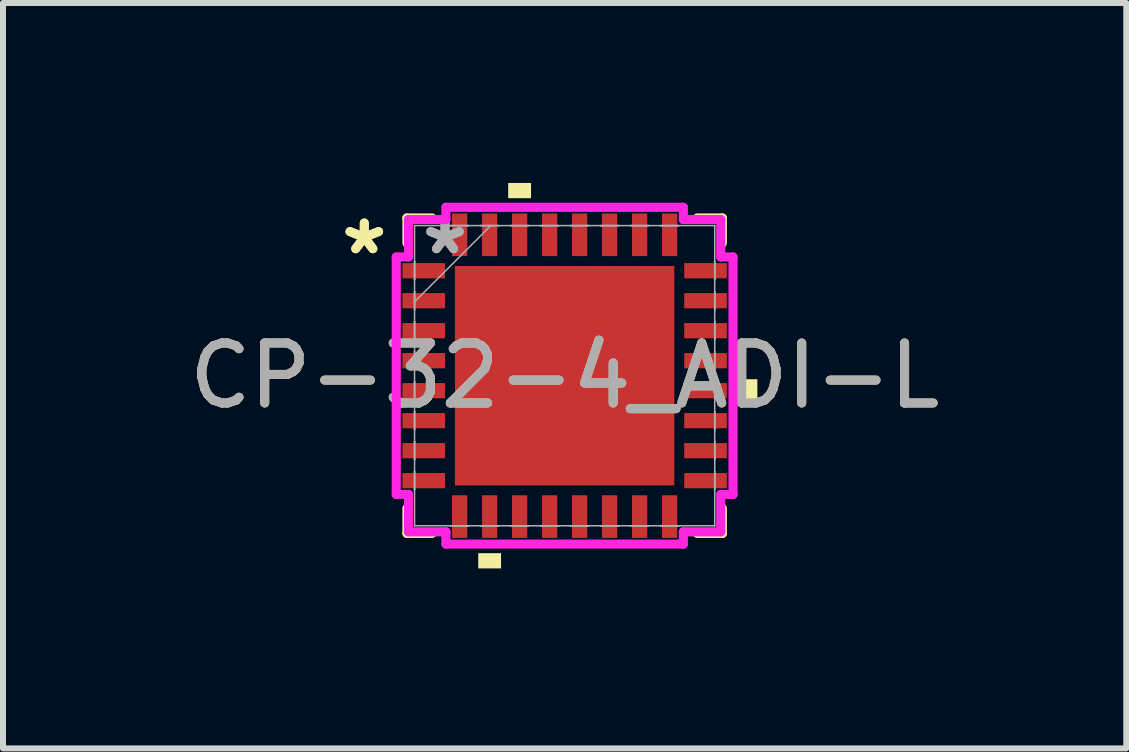
<source format=kicad_pcb>
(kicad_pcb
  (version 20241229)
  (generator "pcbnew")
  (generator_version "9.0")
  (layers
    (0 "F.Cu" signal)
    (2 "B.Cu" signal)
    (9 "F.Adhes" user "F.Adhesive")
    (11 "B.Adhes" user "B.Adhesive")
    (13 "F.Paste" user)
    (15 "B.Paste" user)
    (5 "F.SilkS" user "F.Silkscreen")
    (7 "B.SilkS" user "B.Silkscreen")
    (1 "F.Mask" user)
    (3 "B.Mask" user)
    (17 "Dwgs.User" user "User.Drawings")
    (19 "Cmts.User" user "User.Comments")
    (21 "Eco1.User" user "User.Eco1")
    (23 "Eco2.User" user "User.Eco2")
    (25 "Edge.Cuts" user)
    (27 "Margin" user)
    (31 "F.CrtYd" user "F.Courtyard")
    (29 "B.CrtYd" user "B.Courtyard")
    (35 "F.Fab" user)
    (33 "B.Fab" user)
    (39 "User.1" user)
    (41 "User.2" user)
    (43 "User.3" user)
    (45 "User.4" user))
  (footprint "CP-32-4_ADI-L"
    (layer "F.Cu")
    (at 6.363 3.213)
    (property "Reference" "CP-32-4_ADI-L" (at 0 0 0) (unlocked yes) (layer "F.SilkS") (effects (font (size 1 1) (thickness 0.15))))
    (attr smd)
    (fp_line (start -2.629 -2.629) (end -2.629 -2.21) (stroke (width 0.152) (type solid)) (layer "F.SilkS"))
    (fp_line (start -2.629 2.21) (end -2.629 2.629) (stroke (width 0.152) (type solid)) (layer "F.SilkS"))
    (fp_line (start -2.629 2.629) (end -2.21 2.629) (stroke (width 0.152) (type solid)) (layer "F.SilkS"))
    (fp_line (start -2.21 -2.629) (end -2.629 -2.629) (stroke (width 0.152) (type solid)) (layer "F.SilkS"))
    (fp_line (start 2.21 2.629) (end 2.629 2.629) (stroke (width 0.152) (type solid)) (layer "F.SilkS"))
    (fp_line (start 2.629 -2.629) (end 2.21 -2.629) (stroke (width 0.152) (type solid)) (layer "F.SilkS"))
    (fp_line (start 2.629 -2.21) (end 2.629 -2.629) (stroke (width 0.152) (type solid)) (layer "F.SilkS"))
    (fp_line (start 2.629 2.629) (end 2.629 2.21) (stroke (width 0.152) (type solid)) (layer "F.SilkS"))
    (fp_poly (pts (xy -1.44 2.959) (xy -1.44 3.213) (xy -1.06 3.213) (xy -1.06 2.959)) (stroke (width 0) (type solid)) (fill yes) (layer "F.SilkS"))
    (fp_poly (pts (xy -0.941 -2.959) (xy -0.941 -3.213) (xy -0.56 -3.213) (xy -0.56 -2.959)) (stroke (width 0) (type solid)) (fill yes) (layer "F.SilkS"))
    (fp_poly (pts (xy 3.213 0.059) (xy 3.213 0.441) (xy 2.959 0.441) (xy 2.959 0.059)) (stroke (width 0) (type solid)) (fill yes) (layer "F.SilkS"))
    (fp_poly (pts (xy -1.729 -1.729) (xy -1.729 -0.1) (xy -0.1 -0.1) (xy -0.1 -1.729)) (stroke (width 0) (type solid)) (fill yes) (layer "F.Paste"))
    (fp_poly (pts (xy -1.729 0.1) (xy -1.729 1.729) (xy -0.1 1.729) (xy -0.1 0.1)) (stroke (width 0) (type solid)) (fill yes) (layer "F.Paste"))
    (fp_poly (pts (xy 0.1 -1.729) (xy 0.1 -0.1) (xy 1.729 -0.1) (xy 1.729 -1.729)) (stroke (width 0) (type solid)) (fill yes) (layer "F.Paste"))
    (fp_poly (pts (xy 0.1 0.1) (xy 0.1 1.729) (xy 1.729 1.729) (xy 1.729 0.1)) (stroke (width 0) (type solid)) (fill yes) (layer "F.Paste"))
    (fp_line (start -2.807 -1.979) (end -2.603 -1.979) (stroke (width 0.152) (type solid)) (layer "F.CrtYd"))
    (fp_line (start -2.807 1.979) (end -2.807 -1.979) (stroke (width 0.152) (type solid)) (layer "F.CrtYd"))
    (fp_line (start -2.603 -2.603) (end -1.979 -2.603) (stroke (width 0.152) (type solid)) (layer "F.CrtYd"))
    (fp_line (start -2.603 -1.979) (end -2.603 -2.603) (stroke (width 0.152) (type solid)) (layer "F.CrtYd"))
    (fp_line (start -2.603 1.979) (end -2.807 1.979) (stroke (width 0.152) (type solid)) (layer "F.CrtYd"))
    (fp_line (start -2.603 2.603) (end -2.603 1.979) (stroke (width 0.152) (type solid)) (layer "F.CrtYd"))
    (fp_line (start -1.979 -2.807) (end 1.979 -2.807) (stroke (width 0.152) (type solid)) (layer "F.CrtYd"))
    (fp_line (start -1.979 -2.603) (end -1.979 -2.807) (stroke (width 0.152) (type solid)) (layer "F.CrtYd"))
    (fp_line (start -1.979 2.603) (end -2.603 2.603) (stroke (width 0.152) (type solid)) (layer "F.CrtYd"))
    (fp_line (start -1.979 2.807) (end -1.979 2.603) (stroke (width 0.152) (type solid)) (layer "F.CrtYd"))
    (fp_line (start 1.979 -2.807) (end 1.979 -2.603) (stroke (width 0.152) (type solid)) (layer "F.CrtYd"))
    (fp_line (start 1.979 -2.603) (end 2.603 -2.603) (stroke (width 0.152) (type solid)) (layer "F.CrtYd"))
    (fp_line (start 1.979 2.603) (end 1.979 2.807) (stroke (width 0.152) (type solid)) (layer "F.CrtYd"))
    (fp_line (start 1.979 2.807) (end -1.979 2.807) (stroke (width 0.152) (type solid)) (layer "F.CrtYd"))
    (fp_line (start 2.603 -2.603) (end 2.603 -1.979) (stroke (width 0.152) (type solid)) (layer "F.CrtYd"))
    (fp_line (start 2.603 -1.979) (end 2.807 -1.979) (stroke (width 0.152) (type solid)) (layer "F.CrtYd"))
    (fp_line (start 2.603 1.979) (end 2.603 2.603) (stroke (width 0.152) (type solid)) (layer "F.CrtYd"))
    (fp_line (start 2.603 2.603) (end 1.979 2.603) (stroke (width 0.152) (type solid)) (layer "F.CrtYd"))
    (fp_line (start 2.807 -1.979) (end 2.807 1.979) (stroke (width 0.152) (type solid)) (layer "F.CrtYd"))
    (fp_line (start 2.807 1.979) (end 2.603 1.979) (stroke (width 0.152) (type solid)) (layer "F.CrtYd"))
    (fp_line (start -2.502 -2.502) (end -2.502 -2.502) (stroke (width 0.025) (type solid)) (layer "F.Fab"))
    (fp_line (start -2.502 -2.502) (end -2.502 2.502) (stroke (width 0.025) (type solid)) (layer "F.Fab"))
    (fp_line (start -2.502 -1.902) (end -2.502 -1.902) (stroke (width 0.025) (type solid)) (layer "F.Fab"))
    (fp_line (start -2.502 -1.902) (end -2.502 -1.598) (stroke (width 0.025) (type solid)) (layer "F.Fab"))
    (fp_line (start -2.502 -1.598) (end -2.502 -1.902) (stroke (width 0.025) (type solid)) (layer "F.Fab"))
    (fp_line (start -2.502 -1.598) (end -2.502 -1.598) (stroke (width 0.025) (type solid)) (layer "F.Fab"))
    (fp_line (start -2.502 -1.402) (end -2.502 -1.402) (stroke (width 0.025) (type solid)) (layer "F.Fab"))
    (fp_line (start -2.502 -1.402) (end -2.502 -1.098) (stroke (width 0.025) (type solid)) (layer "F.Fab"))
    (fp_line (start -2.502 -1.232) (end -1.232 -2.502) (stroke (width 0.025) (type solid)) (layer "F.Fab"))
    (fp_line (start -2.502 -1.098) (end -2.502 -1.402) (stroke (width 0.025) (type solid)) (layer "F.Fab"))
    (fp_line (start -2.502 -1.098) (end -2.502 -1.098) (stroke (width 0.025) (type solid)) (layer "F.Fab"))
    (fp_line (start -2.502 -0.902) (end -2.502 -0.902) (stroke (width 0.025) (type solid)) (layer "F.Fab"))
    (fp_line (start -2.502 -0.902) (end -2.502 -0.598) (stroke (width 0.025) (type solid)) (layer "F.Fab"))
    (fp_line (start -2.502 -0.598) (end -2.502 -0.902) (stroke (width 0.025) (type solid)) (layer "F.Fab"))
    (fp_line (start -2.502 -0.598) (end -2.502 -0.598) (stroke (width 0.025) (type solid)) (layer "F.Fab"))
    (fp_line (start -2.502 -0.402) (end -2.502 -0.402) (stroke (width 0.025) (type solid)) (layer "F.Fab"))
    (fp_line (start -2.502 -0.402) (end -2.502 -0.098) (stroke (width 0.025) (type solid)) (layer "F.Fab"))
    (fp_line (start -2.502 -0.098) (end -2.502 -0.402) (stroke (width 0.025) (type solid)) (layer "F.Fab"))
    (fp_line (start -2.502 -0.098) (end -2.502 -0.098) (stroke (width 0.025) (type solid)) (layer "F.Fab"))
    (fp_line (start -2.502 0.098) (end -2.502 0.098) (stroke (width 0.025) (type solid)) (layer "F.Fab"))
    (fp_line (start -2.502 0.098) (end -2.502 0.402) (stroke (width 0.025) (type solid)) (layer "F.Fab"))
    (fp_line (start -2.502 0.402) (end -2.502 0.098) (stroke (width 0.025) (type solid)) (layer "F.Fab"))
    (fp_line (start -2.502 0.402) (end -2.502 0.402) (stroke (width 0.025) (type solid)) (layer "F.Fab"))
    (fp_line (start -2.502 0.598) (end -2.502 0.598) (stroke (width 0.025) (type solid)) (layer "F.Fab"))
    (fp_line (start -2.502 0.598) (end -2.502 0.902) (stroke (width 0.025) (type solid)) (layer "F.Fab"))
    (fp_line (start -2.502 0.902) (end -2.502 0.598) (stroke (width 0.025) (type solid)) (layer "F.Fab"))
    (fp_line (start -2.502 0.902) (end -2.502 0.902) (stroke (width 0.025) (type solid)) (layer "F.Fab"))
    (fp_line (start -2.502 1.098) (end -2.502 1.098) (stroke (width 0.025) (type solid)) (layer "F.Fab"))
    (fp_line (start -2.502 1.098) (end -2.502 1.402) (stroke (width 0.025) (type solid)) (layer "F.Fab"))
    (fp_line (start -2.502 1.402) (end -2.502 1.098) (stroke (width 0.025) (type solid)) (layer "F.Fab"))
    (fp_line (start -2.502 1.402) (end -2.502 1.402) (stroke (width 0.025) (type solid)) (layer "F.Fab"))
    (fp_line (start -2.502 1.598) (end -2.502 1.598) (stroke (width 0.025) (type solid)) (layer "F.Fab"))
    (fp_line (start -2.502 1.598) (end -2.502 1.902) (stroke (width 0.025) (type solid)) (layer "F.Fab"))
    (fp_line (start -2.502 1.902) (end -2.502 1.598) (stroke (width 0.025) (type solid)) (layer "F.Fab"))
    (fp_line (start -2.502 1.902) (end -2.502 1.902) (stroke (width 0.025) (type solid)) (layer "F.Fab"))
    (fp_line (start -2.502 2.502) (end -2.502 2.502) (stroke (width 0.025) (type solid)) (layer "F.Fab"))
    (fp_line (start -2.502 2.502) (end 2.502 2.502) (stroke (width 0.025) (type solid)) (layer "F.Fab"))
    (fp_line (start -1.902 -2.502) (end -1.902 -2.502) (stroke (width 0.025) (type solid)) (layer "F.Fab"))
    (fp_line (start -1.902 -2.502) (end -1.598 -2.502) (stroke (width 0.025) (type solid)) (layer "F.Fab"))
    (fp_line (start -1.902 2.502) (end -1.902 2.502) (stroke (width 0.025) (type solid)) (layer "F.Fab"))
    (fp_line (start -1.902 2.502) (end -1.598 2.502) (stroke (width 0.025) (type solid)) (layer "F.Fab"))
    (fp_line (start -1.598 -2.502) (end -1.902 -2.502) (stroke (width 0.025) (type solid)) (layer "F.Fab"))
    (fp_line (start -1.598 -2.502) (end -1.598 -2.502) (stroke (width 0.025) (type solid)) (layer "F.Fab"))
    (fp_line (start -1.598 2.502) (end -1.902 2.502) (stroke (width 0.025) (type solid)) (layer "F.Fab"))
    (fp_line (start -1.598 2.502) (end -1.598 2.502) (stroke (width 0.025) (type solid)) (layer "F.Fab"))
    (fp_line (start -1.402 -2.502) (end -1.402 -2.502) (stroke (width 0.025) (type solid)) (layer "F.Fab"))
    (fp_line (start -1.402 -2.502) (end -1.098 -2.502) (stroke (width 0.025) (type solid)) (layer "F.Fab"))
    (fp_line (start -1.402 2.502) (end -1.402 2.502) (stroke (width 0.025) (type solid)) (layer "F.Fab"))
    (fp_line (start -1.402 2.502) (end -1.098 2.502) (stroke (width 0.025) (type solid)) (layer "F.Fab"))
    (fp_line (start -1.098 -2.502) (end -1.402 -2.502) (stroke (width 0.025) (type solid)) (layer "F.Fab"))
    (fp_line (start -1.098 -2.502) (end -1.098 -2.502) (stroke (width 0.025) (type solid)) (layer "F.Fab"))
    (fp_line (start -1.098 2.502) (end -1.402 2.502) (stroke (width 0.025) (type solid)) (layer "F.Fab"))
    (fp_line (start -1.098 2.502) (end -1.098 2.502) (stroke (width 0.025) (type solid)) (layer "F.Fab"))
    (fp_line (start -0.902 -2.502) (end -0.902 -2.502) (stroke (width 0.025) (type solid)) (layer "F.Fab"))
    (fp_line (start -0.902 -2.502) (end -0.598 -2.502) (stroke (width 0.025) (type solid)) (layer "F.Fab"))
    (fp_line (start -0.902 2.502) (end -0.902 2.502) (stroke (width 0.025) (type solid)) (layer "F.Fab"))
    (fp_line (start -0.902 2.502) (end -0.598 2.502) (stroke (width 0.025) (type solid)) (layer "F.Fab"))
    (fp_line (start -0.598 -2.502) (end -0.902 -2.502) (stroke (width 0.025) (type solid)) (layer "F.Fab"))
    (fp_line (start -0.598 -2.502) (end -0.598 -2.502) (stroke (width 0.025) (type solid)) (layer "F.Fab"))
    (fp_line (start -0.598 2.502) (end -0.902 2.502) (stroke (width 0.025) (type solid)) (layer "F.Fab"))
    (fp_line (start -0.598 2.502) (end -0.598 2.502) (stroke (width 0.025) (type solid)) (layer "F.Fab"))
    (fp_line (start -0.402 -2.502) (end -0.402 -2.502) (stroke (width 0.025) (type solid)) (layer "F.Fab"))
    (fp_line (start -0.402 -2.502) (end -0.098 -2.502) (stroke (width 0.025) (type solid)) (layer "F.Fab"))
    (fp_line (start -0.402 2.502) (end -0.402 2.502) (stroke (width 0.025) (type solid)) (layer "F.Fab"))
    (fp_line (start -0.402 2.502) (end -0.098 2.502) (stroke (width 0.025) (type solid)) (layer "F.Fab"))
    (fp_line (start -0.098 -2.502) (end -0.402 -2.502) (stroke (width 0.025) (type solid)) (layer "F.Fab"))
    (fp_line (start -0.098 -2.502) (end -0.098 -2.502) (stroke (width 0.025) (type solid)) (layer "F.Fab"))
    (fp_line (start -0.098 2.502) (end -0.402 2.502) (stroke (width 0.025) (type solid)) (layer "F.Fab"))
    (fp_line (start -0.098 2.502) (end -0.098 2.502) (stroke (width 0.025) (type solid)) (layer "F.Fab"))
    (fp_line (start 0.098 -2.502) (end 0.098 -2.502) (stroke (width 0.025) (type solid)) (layer "F.Fab"))
    (fp_line (start 0.098 -2.502) (end 0.402 -2.502) (stroke (width 0.025) (type solid)) (layer "F.Fab"))
    (fp_line (start 0.098 2.502) (end 0.098 2.502) (stroke (width 0.025) (type solid)) (layer "F.Fab"))
    (fp_line (start 0.098 2.502) (end 0.402 2.502) (stroke (width 0.025) (type solid)) (layer "F.Fab"))
    (fp_line (start 0.402 -2.502) (end 0.098 -2.502) (stroke (width 0.025) (type solid)) (layer "F.Fab"))
    (fp_line (start 0.402 -2.502) (end 0.402 -2.502) (stroke (width 0.025) (type solid)) (layer "F.Fab"))
    (fp_line (start 0.402 2.502) (end 0.098 2.502) (stroke (width 0.025) (type solid)) (layer "F.Fab"))
    (fp_line (start 0.402 2.502) (end 0.402 2.502) (stroke (width 0.025) (type solid)) (layer "F.Fab"))
    (fp_line (start 0.598 -2.502) (end 0.598 -2.502) (stroke (width 0.025) (type solid)) (layer "F.Fab"))
    (fp_line (start 0.598 -2.502) (end 0.902 -2.502) (stroke (width 0.025) (type solid)) (layer "F.Fab"))
    (fp_line (start 0.598 2.502) (end 0.598 2.502) (stroke (width 0.025) (type solid)) (layer "F.Fab"))
    (fp_line (start 0.598 2.502) (end 0.902 2.502) (stroke (width 0.025) (type solid)) (layer "F.Fab"))
    (fp_line (start 0.902 -2.502) (end 0.598 -2.502) (stroke (width 0.025) (type solid)) (layer "F.Fab"))
    (fp_line (start 0.902 -2.502) (end 0.902 -2.502) (stroke (width 0.025) (type solid)) (layer "F.Fab"))
    (fp_line (start 0.902 2.502) (end 0.598 2.502) (stroke (width 0.025) (type solid)) (layer "F.Fab"))
    (fp_line (start 0.902 2.502) (end 0.902 2.502) (stroke (width 0.025) (type solid)) (layer "F.Fab"))
    (fp_line (start 1.098 -2.502) (end 1.098 -2.502) (stroke (width 0.025) (type solid)) (layer "F.Fab"))
    (fp_line (start 1.098 -2.502) (end 1.402 -2.502) (stroke (width 0.025) (type solid)) (layer "F.Fab"))
    (fp_line (start 1.098 2.502) (end 1.098 2.502) (stroke (width 0.025) (type solid)) (layer "F.Fab"))
    (fp_line (start 1.098 2.502) (end 1.402 2.502) (stroke (width 0.025) (type solid)) (layer "F.Fab"))
    (fp_line (start 1.402 -2.502) (end 1.098 -2.502) (stroke (width 0.025) (type solid)) (layer "F.Fab"))
    (fp_line (start 1.402 -2.502) (end 1.402 -2.502) (stroke (width 0.025) (type solid)) (layer "F.Fab"))
    (fp_line (start 1.402 2.502) (end 1.098 2.502) (stroke (width 0.025) (type solid)) (layer "F.Fab"))
    (fp_line (start 1.402 2.502) (end 1.402 2.502) (stroke (width 0.025) (type solid)) (layer "F.Fab"))
    (fp_line (start 1.598 -2.502) (end 1.598 -2.502) (stroke (width 0.025) (type solid)) (layer "F.Fab"))
    (fp_line (start 1.598 -2.502) (end 1.902 -2.502) (stroke (width 0.025) (type solid)) (layer "F.Fab"))
    (fp_line (start 1.598 2.502) (end 1.598 2.502) (stroke (width 0.025) (type solid)) (layer "F.Fab"))
    (fp_line (start 1.598 2.502) (end 1.902 2.502) (stroke (width 0.025) (type solid)) (layer "F.Fab"))
    (fp_line (start 1.902 -2.502) (end 1.598 -2.502) (stroke (width 0.025) (type solid)) (layer "F.Fab"))
    (fp_line (start 1.902 -2.502) (end 1.902 -2.502) (stroke (width 0.025) (type solid)) (layer "F.Fab"))
    (fp_line (start 1.902 2.502) (end 1.598 2.502) (stroke (width 0.025) (type solid)) (layer "F.Fab"))
    (fp_line (start 1.902 2.502) (end 1.902 2.502) (stroke (width 0.025) (type solid)) (layer "F.Fab"))
    (fp_line (start 2.502 -2.502) (end -2.502 -2.502) (stroke (width 0.025) (type solid)) (layer "F.Fab"))
    (fp_line (start 2.502 -2.502) (end 2.502 -2.502) (stroke (width 0.025) (type solid)) (layer "F.Fab"))
    (fp_line (start 2.502 -1.902) (end 2.502 -1.902) (stroke (width 0.025) (type solid)) (layer "F.Fab"))
    (fp_line (start 2.502 -1.902) (end 2.502 -1.598) (stroke (width 0.025) (type solid)) (layer "F.Fab"))
    (fp_line (start 2.502 -1.598) (end 2.502 -1.902) (stroke (width 0.025) (type solid)) (layer "F.Fab"))
    (fp_line (start 2.502 -1.598) (end 2.502 -1.598) (stroke (width 0.025) (type solid)) (layer "F.Fab"))
    (fp_line (start 2.502 -1.402) (end 2.502 -1.402) (stroke (width 0.025) (type solid)) (layer "F.Fab"))
    (fp_line (start 2.502 -1.402) (end 2.502 -1.098) (stroke (width 0.025) (type solid)) (layer "F.Fab"))
    (fp_line (start 2.502 -1.098) (end 2.502 -1.402) (stroke (width 0.025) (type solid)) (layer "F.Fab"))
    (fp_line (start 2.502 -1.098) (end 2.502 -1.098) (stroke (width 0.025) (type solid)) (layer "F.Fab"))
    (fp_line (start 2.502 -0.902) (end 2.502 -0.902) (stroke (width 0.025) (type solid)) (layer "F.Fab"))
    (fp_line (start 2.502 -0.902) (end 2.502 -0.598) (stroke (width 0.025) (type solid)) (layer "F.Fab"))
    (fp_line (start 2.502 -0.598) (end 2.502 -0.902) (stroke (width 0.025) (type solid)) (layer "F.Fab"))
    (fp_line (start 2.502 -0.598) (end 2.502 -0.598) (stroke (width 0.025) (type solid)) (layer "F.Fab"))
    (fp_line (start 2.502 -0.402) (end 2.502 -0.402) (stroke (width 0.025) (type solid)) (layer "F.Fab"))
    (fp_line (start 2.502 -0.402) (end 2.502 -0.098) (stroke (width 0.025) (type solid)) (layer "F.Fab"))
    (fp_line (start 2.502 -0.098) (end 2.502 -0.402) (stroke (width 0.025) (type solid)) (layer "F.Fab"))
    (fp_line (start 2.502 -0.098) (end 2.502 -0.098) (stroke (width 0.025) (type solid)) (layer "F.Fab"))
    (fp_line (start 2.502 0.098) (end 2.502 0.098) (stroke (width 0.025) (type solid)) (layer "F.Fab"))
    (fp_line (start 2.502 0.098) (end 2.502 0.402) (stroke (width 0.025) (type solid)) (layer "F.Fab"))
    (fp_line (start 2.502 0.402) (end 2.502 0.098) (stroke (width 0.025) (type solid)) (layer "F.Fab"))
    (fp_line (start 2.502 0.402) (end 2.502 0.402) (stroke (width 0.025) (type solid)) (layer "F.Fab"))
    (fp_line (start 2.502 0.598) (end 2.502 0.598) (stroke (width 0.025) (type solid)) (layer "F.Fab"))
    (fp_line (start 2.502 0.598) (end 2.502 0.902) (stroke (width 0.025) (type solid)) (layer "F.Fab"))
    (fp_line (start 2.502 0.902) (end 2.502 0.598) (stroke (width 0.025) (type solid)) (layer "F.Fab"))
    (fp_line (start 2.502 0.902) (end 2.502 0.902) (stroke (width 0.025) (type solid)) (layer "F.Fab"))
    (fp_line (start 2.502 1.098) (end 2.502 1.098) (stroke (width 0.025) (type solid)) (layer "F.Fab"))
    (fp_line (start 2.502 1.098) (end 2.502 1.402) (stroke (width 0.025) (type solid)) (layer "F.Fab"))
    (fp_line (start 2.502 1.402) (end 2.502 1.098) (stroke (width 0.025) (type solid)) (layer "F.Fab"))
    (fp_line (start 2.502 1.402) (end 2.502 1.402) (stroke (width 0.025) (type solid)) (layer "F.Fab"))
    (fp_line (start 2.502 1.598) (end 2.502 1.598) (stroke (width 0.025) (type solid)) (layer "F.Fab"))
    (fp_line (start 2.502 1.598) (end 2.502 1.902) (stroke (width 0.025) (type solid)) (layer "F.Fab"))
    (fp_line (start 2.502 1.902) (end 2.502 1.598) (stroke (width 0.025) (type solid)) (layer "F.Fab"))
    (fp_line (start 2.502 1.902) (end 2.502 1.902) (stroke (width 0.025) (type solid)) (layer "F.Fab"))
    (fp_line (start 2.502 2.502) (end 2.502 -2.502) (stroke (width 0.025) (type solid)) (layer "F.Fab"))
    (fp_line (start 2.502 2.502) (end 2.502 2.502) (stroke (width 0.025) (type solid)) (layer "F.Fab"))
    (fp_text user "*" (at -3.34 -2 0) (unlocked yes) (layer "F.SilkS") (effects (font (size 1 1) (thickness 0.15))))
    (fp_text user "*" (at -3.34 -2 0) (layer "F.SilkS") (effects (font (size 1 1) (thickness 0.15))))
    (fp_text user "*" (at -1.994 -2 0) (unlocked yes) (layer "F.Fab") (effects (font (size 1 1) (thickness 0.15))))
    (fp_text user "${REFERENCE}" (at 0 0 0) (unlocked yes) (layer "F.Fab") (effects (font (size 1 1) (thickness 0.15))))
    (fp_text user "*" (at -1.994 -2 0) (layer "F.Fab") (effects (font (size 1 1) (thickness 0.15))))
    (pad "1" smd rect (at -2.349 -1.75 90) (size 0.254 0.711) (layers "F.Cu" "F.Mask" "F.Paste"))
    (pad "2" smd rect (at -2.349 -1.25 90) (size 0.254 0.711) (layers "F.Cu" "F.Mask" "F.Paste"))
    (pad "3" smd rect (at -2.349 -0.75 90) (size 0.254 0.711) (layers "F.Cu" "F.Mask" "F.Paste"))
    (pad "4" smd rect (at -2.349 -0.25 90) (size 0.254 0.711) (layers "F.Cu" "F.Mask" "F.Paste"))
    (pad "5" smd rect (at -2.349 0.25 90) (size 0.254 0.711) (layers "F.Cu" "F.Mask" "F.Paste"))
    (pad "6" smd rect (at -2.349 0.75 90) (size 0.254 0.711) (layers "F.Cu" "F.Mask" "F.Paste"))
    (pad "7" smd rect (at -2.349 1.25 90) (size 0.254 0.711) (layers "F.Cu" "F.Mask" "F.Paste"))
    (pad "8" smd rect (at -2.349 1.75 90) (size 0.254 0.711) (layers "F.Cu" "F.Mask" "F.Paste"))
    (pad "9" smd rect (at -1.75 2.349) (size 0.254 0.711) (layers "F.Cu" "F.Mask" "F.Paste"))
    (pad "10" smd rect (at -1.25 2.349) (size 0.254 0.711) (layers "F.Cu" "F.Mask" "F.Paste"))
    (pad "11" smd rect (at -0.75 2.349) (size 0.254 0.711) (layers "F.Cu" "F.Mask" "F.Paste"))
    (pad "12" smd rect (at -0.25 2.349) (size 0.254 0.711) (layers "F.Cu" "F.Mask" "F.Paste"))
    (pad "13" smd rect (at 0.25 2.349) (size 0.254 0.711) (layers "F.Cu" "F.Mask" "F.Paste"))
    (pad "14" smd rect (at 0.75 2.349) (size 0.254 0.711) (layers "F.Cu" "F.Mask" "F.Paste"))
    (pad "15" smd rect (at 1.25 2.349) (size 0.254 0.711) (layers "F.Cu" "F.Mask" "F.Paste"))
    (pad "16" smd rect (at 1.75 2.349) (size 0.254 0.711) (layers "F.Cu" "F.Mask" "F.Paste"))
    (pad "17" smd rect (at 2.349 1.75 90) (size 0.254 0.711) (layers "F.Cu" "F.Mask" "F.Paste"))
    (pad "18" smd rect (at 2.349 1.25 90) (size 0.254 0.711) (layers "F.Cu" "F.Mask" "F.Paste"))
    (pad "19" smd rect (at 2.349 0.75 90) (size 0.254 0.711) (layers "F.Cu" "F.Mask" "F.Paste"))
    (pad "20" smd rect (at 2.349 0.25 90) (size 0.254 0.711) (layers "F.Cu" "F.Mask" "F.Paste"))
    (pad "21" smd rect (at 2.349 -0.25 90) (size 0.254 0.711) (layers "F.Cu" "F.Mask" "F.Paste"))
    (pad "22" smd rect (at 2.349 -0.75 90) (size 0.254 0.711) (layers "F.Cu" "F.Mask" "F.Paste"))
    (pad "23" smd rect (at 2.349 -1.25 90) (size 0.254 0.711) (layers "F.Cu" "F.Mask" "F.Paste"))
    (pad "24" smd rect (at 2.349 -1.75 90) (size 0.254 0.711) (layers "F.Cu" "F.Mask" "F.Paste"))
    (pad "25" smd rect (at 1.75 -2.349) (size 0.254 0.711) (layers "F.Cu" "F.Mask" "F.Paste"))
    (pad "26" smd rect (at 1.25 -2.349) (size 0.254 0.711) (layers "F.Cu" "F.Mask" "F.Paste"))
    (pad "27" smd rect (at 0.75 -2.349) (size 0.254 0.711) (layers "F.Cu" "F.Mask" "F.Paste"))
    (pad "28" smd rect (at 0.25 -2.349) (size 0.254 0.711) (layers "F.Cu" "F.Mask" "F.Paste"))
    (pad "29" smd rect (at -0.25 -2.349) (size 0.254 0.711) (layers "F.Cu" "F.Mask" "F.Paste"))
    (pad "30" smd rect (at -0.75 -2.349) (size 0.254 0.711) (layers "F.Cu" "F.Mask" "F.Paste"))
    (pad "31" smd rect (at -1.25 -2.349) (size 0.254 0.711) (layers "F.Cu" "F.Mask" "F.Paste"))
    (pad "32" smd rect (at -1.75 -2.349) (size 0.254 0.711) (layers "F.Cu" "F.Mask" "F.Paste"))
    (pad "33" smd rect (at 0 0) (size 3.658 3.658) (layers "F.Cu" "F.Mask")))
  (gr_rect
    (start -3 -3)
    (end 15.726 9.426)
    (stroke (width 0.1) (type default))
    (fill no)
    (layer "Edge.Cuts")))
</source>
